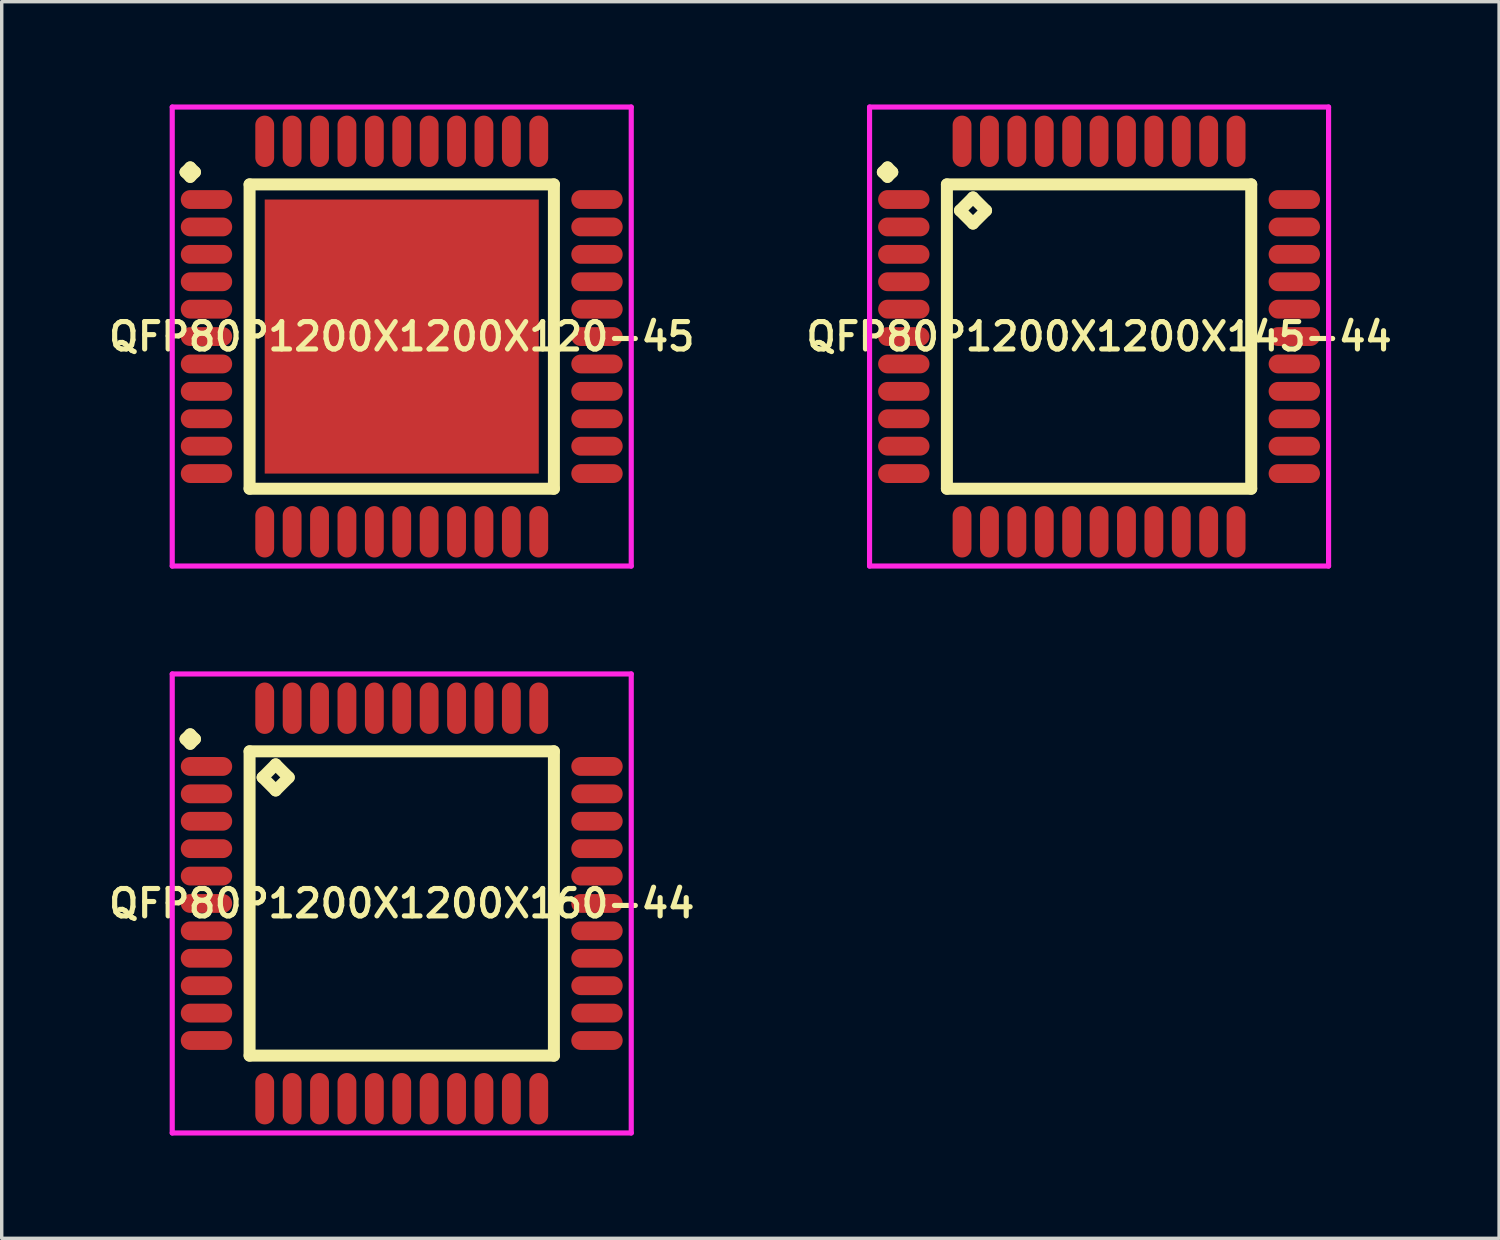
<source format=kicad_pcb>
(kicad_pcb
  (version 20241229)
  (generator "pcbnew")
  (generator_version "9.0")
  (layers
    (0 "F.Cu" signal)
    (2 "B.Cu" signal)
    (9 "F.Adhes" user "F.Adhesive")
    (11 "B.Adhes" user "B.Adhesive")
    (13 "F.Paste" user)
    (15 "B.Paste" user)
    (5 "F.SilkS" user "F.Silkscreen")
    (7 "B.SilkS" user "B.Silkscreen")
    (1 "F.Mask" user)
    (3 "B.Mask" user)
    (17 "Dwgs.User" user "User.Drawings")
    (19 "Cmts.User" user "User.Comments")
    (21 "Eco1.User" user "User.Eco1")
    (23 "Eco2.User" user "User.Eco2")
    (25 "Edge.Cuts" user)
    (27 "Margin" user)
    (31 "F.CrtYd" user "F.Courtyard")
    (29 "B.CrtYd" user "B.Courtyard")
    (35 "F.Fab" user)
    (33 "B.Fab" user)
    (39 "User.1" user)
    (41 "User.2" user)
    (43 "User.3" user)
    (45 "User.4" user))
  (footprint "QFP80P1200X1200X145-44"
    (layer "F.Cu")
    (at 29.035 6.775)
    (property "Reference" "QFP80P1200X1200X145-44" (at 0 0 0) (layer "F.SilkS") (effects (font (size 0.8 0.8) (thickness 0.15))))
    (attr smd)
    (fp_line (start -6.312 -4.8) (end -6.175 -4.938) (stroke (width 0.35) (type solid)) (layer "F.SilkS"))
    (fp_line (start -6.175 -4.938) (end -6.037 -4.8) (stroke (width 0.35) (type solid)) (layer "F.SilkS"))
    (fp_line (start -6.175 -4.662) (end -6.312 -4.8) (stroke (width 0.35) (type solid)) (layer "F.SilkS"))
    (fp_line (start -6.037 -4.8) (end -6.175 -4.662) (stroke (width 0.35) (type solid)) (layer "F.SilkS"))
    (fp_line (start -4.442 -4.442) (end -4.442 4.442) (stroke (width 0.35) (type solid)) (layer "F.SilkS"))
    (fp_line (start -4.442 4.442) (end 4.442 4.442) (stroke (width 0.35) (type solid)) (layer "F.SilkS"))
    (fp_line (start -4.061 -3.68) (end -3.68 -4.061) (stroke (width 0.35) (type solid)) (layer "F.SilkS"))
    (fp_line (start -3.68 -4.061) (end -3.299 -3.68) (stroke (width 0.35) (type solid)) (layer "F.SilkS"))
    (fp_line (start -3.68 -3.299) (end -4.061 -3.68) (stroke (width 0.35) (type solid)) (layer "F.SilkS"))
    (fp_line (start -3.299 -3.68) (end -3.68 -3.299) (stroke (width 0.35) (type solid)) (layer "F.SilkS"))
    (fp_line (start 4.442 -4.442) (end -4.442 -4.442) (stroke (width 0.35) (type solid)) (layer "F.SilkS"))
    (fp_line (start 4.442 4.442) (end 4.442 -4.442) (stroke (width 0.35) (type solid)) (layer "F.SilkS"))
    (fp_line (start -6.7 -6.7) (end 6.7 -6.7) (stroke (width 0.15) (type solid)) (layer "F.CrtYd"))
    (fp_line (start -6.7 6.7) (end -6.7 -6.7) (stroke (width 0.15) (type solid)) (layer "F.CrtYd"))
    (fp_line (start 6.7 -6.7) (end 6.7 6.7) (stroke (width 0.15) (type solid)) (layer "F.CrtYd"))
    (fp_line (start 6.7 6.7) (end -6.7 6.7) (stroke (width 0.15) (type solid)) (layer "F.CrtYd"))
    (pad "1" smd oval (at -5.7 -4) (size 1.5 0.55) (layers "F.Cu" "F.Mask" "F.Paste"))
    (pad "2" smd oval (at -5.7 -3.2) (size 1.5 0.55) (layers "F.Cu" "F.Mask" "F.Paste"))
    (pad "3" smd oval (at -5.7 -2.4) (size 1.5 0.55) (layers "F.Cu" "F.Mask" "F.Paste"))
    (pad "4" smd oval (at -5.7 -1.6) (size 1.5 0.55) (layers "F.Cu" "F.Mask" "F.Paste"))
    (pad "5" smd oval (at -5.7 -0.8) (size 1.5 0.55) (layers "F.Cu" "F.Mask" "F.Paste"))
    (pad "6" smd oval (at -5.7 0) (size 1.5 0.55) (layers "F.Cu" "F.Mask" "F.Paste"))
    (pad "7" smd oval (at -5.7 0.8) (size 1.5 0.55) (layers "F.Cu" "F.Mask" "F.Paste"))
    (pad "8" smd oval (at -5.7 1.6) (size 1.5 0.55) (layers "F.Cu" "F.Mask" "F.Paste"))
    (pad "9" smd oval (at -5.7 2.4) (size 1.5 0.55) (layers "F.Cu" "F.Mask" "F.Paste"))
    (pad "10" smd oval (at -5.7 3.2) (size 1.5 0.55) (layers "F.Cu" "F.Mask" "F.Paste"))
    (pad "11" smd oval (at -5.7 4) (size 1.5 0.55) (layers "F.Cu" "F.Mask" "F.Paste"))
    (pad "12" smd oval (at -4 5.7) (size 0.55 1.5) (layers "F.Cu" "F.Mask" "F.Paste"))
    (pad "13" smd oval (at -3.2 5.7) (size 0.55 1.5) (layers "F.Cu" "F.Mask" "F.Paste"))
    (pad "14" smd oval (at -2.4 5.7) (size 0.55 1.5) (layers "F.Cu" "F.Mask" "F.Paste"))
    (pad "15" smd oval (at -1.6 5.7) (size 0.55 1.5) (layers "F.Cu" "F.Mask" "F.Paste"))
    (pad "16" smd oval (at -0.8 5.7) (size 0.55 1.5) (layers "F.Cu" "F.Mask" "F.Paste"))
    (pad "17" smd oval (at 0 5.7) (size 0.55 1.5) (layers "F.Cu" "F.Mask" "F.Paste"))
    (pad "18" smd oval (at 0.8 5.7) (size 0.55 1.5) (layers "F.Cu" "F.Mask" "F.Paste"))
    (pad "19" smd oval (at 1.6 5.7) (size 0.55 1.5) (layers "F.Cu" "F.Mask" "F.Paste"))
    (pad "20" smd oval (at 2.4 5.7) (size 0.55 1.5) (layers "F.Cu" "F.Mask" "F.Paste"))
    (pad "21" smd oval (at 3.2 5.7) (size 0.55 1.5) (layers "F.Cu" "F.Mask" "F.Paste"))
    (pad "22" smd oval (at 4 5.7) (size 0.55 1.5) (layers "F.Cu" "F.Mask" "F.Paste"))
    (pad "23" smd oval (at 5.7 4) (size 1.5 0.55) (layers "F.Cu" "F.Mask" "F.Paste"))
    (pad "24" smd oval (at 5.7 3.2) (size 1.5 0.55) (layers "F.Cu" "F.Mask" "F.Paste"))
    (pad "25" smd oval (at 5.7 2.4) (size 1.5 0.55) (layers "F.Cu" "F.Mask" "F.Paste"))
    (pad "26" smd oval (at 5.7 1.6) (size 1.5 0.55) (layers "F.Cu" "F.Mask" "F.Paste"))
    (pad "27" smd oval (at 5.7 0.8) (size 1.5 0.55) (layers "F.Cu" "F.Mask" "F.Paste"))
    (pad "28" smd oval (at 5.7 0) (size 1.5 0.55) (layers "F.Cu" "F.Mask" "F.Paste"))
    (pad "29" smd oval (at 5.7 -0.8) (size 1.5 0.55) (layers "F.Cu" "F.Mask" "F.Paste"))
    (pad "30" smd oval (at 5.7 -1.6) (size 1.5 0.55) (layers "F.Cu" "F.Mask" "F.Paste"))
    (pad "31" smd oval (at 5.7 -2.4) (size 1.5 0.55) (layers "F.Cu" "F.Mask" "F.Paste"))
    (pad "32" smd oval (at 5.7 -3.2) (size 1.5 0.55) (layers "F.Cu" "F.Mask" "F.Paste"))
    (pad "33" smd oval (at 5.7 -4) (size 1.5 0.55) (layers "F.Cu" "F.Mask" "F.Paste"))
    (pad "34" smd oval (at 4 -5.7) (size 0.55 1.5) (layers "F.Cu" "F.Mask" "F.Paste"))
    (pad "35" smd oval (at 3.2 -5.7) (size 0.55 1.5) (layers "F.Cu" "F.Mask" "F.Paste"))
    (pad "36" smd oval (at 2.4 -5.7) (size 0.55 1.5) (layers "F.Cu" "F.Mask" "F.Paste"))
    (pad "37" smd oval (at 1.6 -5.7) (size 0.55 1.5) (layers "F.Cu" "F.Mask" "F.Paste"))
    (pad "38" smd oval (at 0.8 -5.7) (size 0.55 1.5) (layers "F.Cu" "F.Mask" "F.Paste"))
    (pad "39" smd oval (at 0 -5.7) (size 0.55 1.5) (layers "F.Cu" "F.Mask" "F.Paste"))
    (pad "40" smd oval (at -0.8 -5.7) (size 0.55 1.5) (layers "F.Cu" "F.Mask" "F.Paste"))
    (pad "41" smd oval (at -1.6 -5.7) (size 0.55 1.5) (layers "F.Cu" "F.Mask" "F.Paste"))
    (pad "42" smd oval (at -2.4 -5.7) (size 0.55 1.5) (layers "F.Cu" "F.Mask" "F.Paste"))
    (pad "43" smd oval (at -3.2 -5.7) (size 0.55 1.5) (layers "F.Cu" "F.Mask" "F.Paste"))
    (pad "44" smd oval (at -4 -5.7) (size 0.55 1.5) (layers "F.Cu" "F.Mask" "F.Paste")))
  (footprint "QFP80P1200X1200X120-45"
    (layer "F.Cu")
    (at 8.678 6.775)
    (property "Reference" "QFP80P1200X1200X120-45" (at 0 0 0) (layer "F.SilkS") (effects (font (size 0.8 0.8) (thickness 0.15))))
    (attr smd)
    (fp_line (start -6.312 -4.8) (end -6.175 -4.938) (stroke (width 0.35) (type solid)) (layer "F.SilkS"))
    (fp_line (start -6.175 -4.938) (end -6.037 -4.8) (stroke (width 0.35) (type solid)) (layer "F.SilkS"))
    (fp_line (start -6.175 -4.662) (end -6.312 -4.8) (stroke (width 0.35) (type solid)) (layer "F.SilkS"))
    (fp_line (start -6.037 -4.8) (end -6.175 -4.662) (stroke (width 0.35) (type solid)) (layer "F.SilkS"))
    (fp_line (start -4.442 -4.442) (end -4.442 4.442) (stroke (width 0.35) (type solid)) (layer "F.SilkS"))
    (fp_line (start -4.442 4.442) (end 4.442 4.442) (stroke (width 0.35) (type solid)) (layer "F.SilkS"))
    (fp_line (start 4.442 -4.442) (end -4.442 -4.442) (stroke (width 0.35) (type solid)) (layer "F.SilkS"))
    (fp_line (start 4.442 4.442) (end 4.442 -4.442) (stroke (width 0.35) (type solid)) (layer "F.SilkS"))
    (fp_line (start -6.7 -6.7) (end 6.7 -6.7) (stroke (width 0.15) (type solid)) (layer "F.CrtYd"))
    (fp_line (start -6.7 6.7) (end -6.7 -6.7) (stroke (width 0.15) (type solid)) (layer "F.CrtYd"))
    (fp_line (start 6.7 -6.7) (end 6.7 6.7) (stroke (width 0.15) (type solid)) (layer "F.CrtYd"))
    (fp_line (start 6.7 6.7) (end -6.7 6.7) (stroke (width 0.15) (type solid)) (layer "F.CrtYd"))
    (pad "1" smd oval (at -5.7 -4) (size 1.5 0.55) (layers "F.Cu" "F.Mask" "F.Paste"))
    (pad "2" smd oval (at -5.7 -3.2) (size 1.5 0.55) (layers "F.Cu" "F.Mask" "F.Paste"))
    (pad "3" smd oval (at -5.7 -2.4) (size 1.5 0.55) (layers "F.Cu" "F.Mask" "F.Paste"))
    (pad "4" smd oval (at -5.7 -1.6) (size 1.5 0.55) (layers "F.Cu" "F.Mask" "F.Paste"))
    (pad "5" smd oval (at -5.7 -0.8) (size 1.5 0.55) (layers "F.Cu" "F.Mask" "F.Paste"))
    (pad "6" smd oval (at -5.7 0) (size 1.5 0.55) (layers "F.Cu" "F.Mask" "F.Paste"))
    (pad "7" smd oval (at -5.7 0.8) (size 1.5 0.55) (layers "F.Cu" "F.Mask" "F.Paste"))
    (pad "8" smd oval (at -5.7 1.6) (size 1.5 0.55) (layers "F.Cu" "F.Mask" "F.Paste"))
    (pad "9" smd oval (at -5.7 2.4) (size 1.5 0.55) (layers "F.Cu" "F.Mask" "F.Paste"))
    (pad "10" smd oval (at -5.7 3.2) (size 1.5 0.55) (layers "F.Cu" "F.Mask" "F.Paste"))
    (pad "11" smd oval (at -5.7 4) (size 1.5 0.55) (layers "F.Cu" "F.Mask" "F.Paste"))
    (pad "12" smd oval (at -4 5.7) (size 0.55 1.5) (layers "F.Cu" "F.Mask" "F.Paste"))
    (pad "13" smd oval (at -3.2 5.7) (size 0.55 1.5) (layers "F.Cu" "F.Mask" "F.Paste"))
    (pad "14" smd oval (at -2.4 5.7) (size 0.55 1.5) (layers "F.Cu" "F.Mask" "F.Paste"))
    (pad "15" smd oval (at -1.6 5.7) (size 0.55 1.5) (layers "F.Cu" "F.Mask" "F.Paste"))
    (pad "16" smd oval (at -0.8 5.7) (size 0.55 1.5) (layers "F.Cu" "F.Mask" "F.Paste"))
    (pad "17" smd oval (at 0 5.7) (size 0.55 1.5) (layers "F.Cu" "F.Mask" "F.Paste"))
    (pad "18" smd oval (at 0.8 5.7) (size 0.55 1.5) (layers "F.Cu" "F.Mask" "F.Paste"))
    (pad "19" smd oval (at 1.6 5.7) (size 0.55 1.5) (layers "F.Cu" "F.Mask" "F.Paste"))
    (pad "20" smd oval (at 2.4 5.7) (size 0.55 1.5) (layers "F.Cu" "F.Mask" "F.Paste"))
    (pad "21" smd oval (at 3.2 5.7) (size 0.55 1.5) (layers "F.Cu" "F.Mask" "F.Paste"))
    (pad "22" smd oval (at 4 5.7) (size 0.55 1.5) (layers "F.Cu" "F.Mask" "F.Paste"))
    (pad "23" smd oval (at 5.7 4) (size 1.5 0.55) (layers "F.Cu" "F.Mask" "F.Paste"))
    (pad "24" smd oval (at 5.7 3.2) (size 1.5 0.55) (layers "F.Cu" "F.Mask" "F.Paste"))
    (pad "25" smd oval (at 5.7 2.4) (size 1.5 0.55) (layers "F.Cu" "F.Mask" "F.Paste"))
    (pad "26" smd oval (at 5.7 1.6) (size 1.5 0.55) (layers "F.Cu" "F.Mask" "F.Paste"))
    (pad "27" smd oval (at 5.7 0.8) (size 1.5 0.55) (layers "F.Cu" "F.Mask" "F.Paste"))
    (pad "28" smd oval (at 5.7 0) (size 1.5 0.55) (layers "F.Cu" "F.Mask" "F.Paste"))
    (pad "29" smd oval (at 5.7 -0.8) (size 1.5 0.55) (layers "F.Cu" "F.Mask" "F.Paste"))
    (pad "30" smd oval (at 5.7 -1.6) (size 1.5 0.55) (layers "F.Cu" "F.Mask" "F.Paste"))
    (pad "31" smd oval (at 5.7 -2.4) (size 1.5 0.55) (layers "F.Cu" "F.Mask" "F.Paste"))
    (pad "32" smd oval (at 5.7 -3.2) (size 1.5 0.55) (layers "F.Cu" "F.Mask" "F.Paste"))
    (pad "33" smd oval (at 5.7 -4) (size 1.5 0.55) (layers "F.Cu" "F.Mask" "F.Paste"))
    (pad "34" smd oval (at 4 -5.7) (size 0.55 1.5) (layers "F.Cu" "F.Mask" "F.Paste"))
    (pad "35" smd oval (at 3.2 -5.7) (size 0.55 1.5) (layers "F.Cu" "F.Mask" "F.Paste"))
    (pad "36" smd oval (at 2.4 -5.7) (size 0.55 1.5) (layers "F.Cu" "F.Mask" "F.Paste"))
    (pad "37" smd oval (at 1.6 -5.7) (size 0.55 1.5) (layers "F.Cu" "F.Mask" "F.Paste"))
    (pad "38" smd oval (at 0.8 -5.7) (size 0.55 1.5) (layers "F.Cu" "F.Mask" "F.Paste"))
    (pad "39" smd oval (at 0 -5.7) (size 0.55 1.5) (layers "F.Cu" "F.Mask" "F.Paste"))
    (pad "40" smd oval (at -0.8 -5.7) (size 0.55 1.5) (layers "F.Cu" "F.Mask" "F.Paste"))
    (pad "41" smd oval (at -1.6 -5.7) (size 0.55 1.5) (layers "F.Cu" "F.Mask" "F.Paste"))
    (pad "42" smd oval (at -2.4 -5.7) (size 0.55 1.5) (layers "F.Cu" "F.Mask" "F.Paste"))
    (pad "43" smd oval (at -3.2 -5.7) (size 0.55 1.5) (layers "F.Cu" "F.Mask" "F.Paste"))
    (pad "44" smd oval (at -4 -5.7) (size 0.55 1.5) (layers "F.Cu" "F.Mask" "F.Paste"))
    (pad "45" smd rect (at 0 0) (size 8 8) (layers "F.Cu" "F.Mask" "F.Paste")))
  (footprint "QFP80P1200X1200X160-44"
    (layer "F.Cu")
    (at 8.678 23.325)
    (property "Reference" "QFP80P1200X1200X160-44" (at 0 0 0) (layer "F.SilkS") (effects (font (size 0.8 0.8) (thickness 0.15))))
    (attr smd)
    (fp_line (start -6.312 -4.8) (end -6.175 -4.938) (stroke (width 0.35) (type solid)) (layer "F.SilkS"))
    (fp_line (start -6.175 -4.938) (end -6.037 -4.8) (stroke (width 0.35) (type solid)) (layer "F.SilkS"))
    (fp_line (start -6.175 -4.662) (end -6.312 -4.8) (stroke (width 0.35) (type solid)) (layer "F.SilkS"))
    (fp_line (start -6.037 -4.8) (end -6.175 -4.662) (stroke (width 0.35) (type solid)) (layer "F.SilkS"))
    (fp_line (start -4.442 -4.442) (end -4.442 4.442) (stroke (width 0.35) (type solid)) (layer "F.SilkS"))
    (fp_line (start -4.442 4.442) (end 4.442 4.442) (stroke (width 0.35) (type solid)) (layer "F.SilkS"))
    (fp_line (start -4.061 -3.68) (end -3.68 -4.061) (stroke (width 0.35) (type solid)) (layer "F.SilkS"))
    (fp_line (start -3.68 -4.061) (end -3.299 -3.68) (stroke (width 0.35) (type solid)) (layer "F.SilkS"))
    (fp_line (start -3.68 -3.299) (end -4.061 -3.68) (stroke (width 0.35) (type solid)) (layer "F.SilkS"))
    (fp_line (start -3.299 -3.68) (end -3.68 -3.299) (stroke (width 0.35) (type solid)) (layer "F.SilkS"))
    (fp_line (start 4.442 -4.442) (end -4.442 -4.442) (stroke (width 0.35) (type solid)) (layer "F.SilkS"))
    (fp_line (start 4.442 4.442) (end 4.442 -4.442) (stroke (width 0.35) (type solid)) (layer "F.SilkS"))
    (fp_line (start -6.7 -6.7) (end 6.7 -6.7) (stroke (width 0.15) (type solid)) (layer "F.CrtYd"))
    (fp_line (start -6.7 6.7) (end -6.7 -6.7) (stroke (width 0.15) (type solid)) (layer "F.CrtYd"))
    (fp_line (start 6.7 -6.7) (end 6.7 6.7) (stroke (width 0.15) (type solid)) (layer "F.CrtYd"))
    (fp_line (start 6.7 6.7) (end -6.7 6.7) (stroke (width 0.15) (type solid)) (layer "F.CrtYd"))
    (pad "1" smd oval (at -5.7 -4) (size 1.5 0.55) (layers "F.Cu" "F.Mask" "F.Paste"))
    (pad "2" smd oval (at -5.7 -3.2) (size 1.5 0.55) (layers "F.Cu" "F.Mask" "F.Paste"))
    (pad "3" smd oval (at -5.7 -2.4) (size 1.5 0.55) (layers "F.Cu" "F.Mask" "F.Paste"))
    (pad "4" smd oval (at -5.7 -1.6) (size 1.5 0.55) (layers "F.Cu" "F.Mask" "F.Paste"))
    (pad "5" smd oval (at -5.7 -0.8) (size 1.5 0.55) (layers "F.Cu" "F.Mask" "F.Paste"))
    (pad "6" smd oval (at -5.7 0) (size 1.5 0.55) (layers "F.Cu" "F.Mask" "F.Paste"))
    (pad "7" smd oval (at -5.7 0.8) (size 1.5 0.55) (layers "F.Cu" "F.Mask" "F.Paste"))
    (pad "8" smd oval (at -5.7 1.6) (size 1.5 0.55) (layers "F.Cu" "F.Mask" "F.Paste"))
    (pad "9" smd oval (at -5.7 2.4) (size 1.5 0.55) (layers "F.Cu" "F.Mask" "F.Paste"))
    (pad "10" smd oval (at -5.7 3.2) (size 1.5 0.55) (layers "F.Cu" "F.Mask" "F.Paste"))
    (pad "11" smd oval (at -5.7 4) (size 1.5 0.55) (layers "F.Cu" "F.Mask" "F.Paste"))
    (pad "12" smd oval (at -4 5.7) (size 0.55 1.5) (layers "F.Cu" "F.Mask" "F.Paste"))
    (pad "13" smd oval (at -3.2 5.7) (size 0.55 1.5) (layers "F.Cu" "F.Mask" "F.Paste"))
    (pad "14" smd oval (at -2.4 5.7) (size 0.55 1.5) (layers "F.Cu" "F.Mask" "F.Paste"))
    (pad "15" smd oval (at -1.6 5.7) (size 0.55 1.5) (layers "F.Cu" "F.Mask" "F.Paste"))
    (pad "16" smd oval (at -0.8 5.7) (size 0.55 1.5) (layers "F.Cu" "F.Mask" "F.Paste"))
    (pad "17" smd oval (at 0 5.7) (size 0.55 1.5) (layers "F.Cu" "F.Mask" "F.Paste"))
    (pad "18" smd oval (at 0.8 5.7) (size 0.55 1.5) (layers "F.Cu" "F.Mask" "F.Paste"))
    (pad "19" smd oval (at 1.6 5.7) (size 0.55 1.5) (layers "F.Cu" "F.Mask" "F.Paste"))
    (pad "20" smd oval (at 2.4 5.7) (size 0.55 1.5) (layers "F.Cu" "F.Mask" "F.Paste"))
    (pad "21" smd oval (at 3.2 5.7) (size 0.55 1.5) (layers "F.Cu" "F.Mask" "F.Paste"))
    (pad "22" smd oval (at 4 5.7) (size 0.55 1.5) (layers "F.Cu" "F.Mask" "F.Paste"))
    (pad "23" smd oval (at 5.7 4) (size 1.5 0.55) (layers "F.Cu" "F.Mask" "F.Paste"))
    (pad "24" smd oval (at 5.7 3.2) (size 1.5 0.55) (layers "F.Cu" "F.Mask" "F.Paste"))
    (pad "25" smd oval (at 5.7 2.4) (size 1.5 0.55) (layers "F.Cu" "F.Mask" "F.Paste"))
    (pad "26" smd oval (at 5.7 1.6) (size 1.5 0.55) (layers "F.Cu" "F.Mask" "F.Paste"))
    (pad "27" smd oval (at 5.7 0.8) (size 1.5 0.55) (layers "F.Cu" "F.Mask" "F.Paste"))
    (pad "28" smd oval (at 5.7 0) (size 1.5 0.55) (layers "F.Cu" "F.Mask" "F.Paste"))
    (pad "29" smd oval (at 5.7 -0.8) (size 1.5 0.55) (layers "F.Cu" "F.Mask" "F.Paste"))
    (pad "30" smd oval (at 5.7 -1.6) (size 1.5 0.55) (layers "F.Cu" "F.Mask" "F.Paste"))
    (pad "31" smd oval (at 5.7 -2.4) (size 1.5 0.55) (layers "F.Cu" "F.Mask" "F.Paste"))
    (pad "32" smd oval (at 5.7 -3.2) (size 1.5 0.55) (layers "F.Cu" "F.Mask" "F.Paste"))
    (pad "33" smd oval (at 5.7 -4) (size 1.5 0.55) (layers "F.Cu" "F.Mask" "F.Paste"))
    (pad "34" smd oval (at 4 -5.7) (size 0.55 1.5) (layers "F.Cu" "F.Mask" "F.Paste"))
    (pad "35" smd oval (at 3.2 -5.7) (size 0.55 1.5) (layers "F.Cu" "F.Mask" "F.Paste"))
    (pad "36" smd oval (at 2.4 -5.7) (size 0.55 1.5) (layers "F.Cu" "F.Mask" "F.Paste"))
    (pad "37" smd oval (at 1.6 -5.7) (size 0.55 1.5) (layers "F.Cu" "F.Mask" "F.Paste"))
    (pad "38" smd oval (at 0.8 -5.7) (size 0.55 1.5) (layers "F.Cu" "F.Mask" "F.Paste"))
    (pad "39" smd oval (at 0 -5.7) (size 0.55 1.5) (layers "F.Cu" "F.Mask" "F.Paste"))
    (pad "40" smd oval (at -0.8 -5.7) (size 0.55 1.5) (layers "F.Cu" "F.Mask" "F.Paste"))
    (pad "41" smd oval (at -1.6 -5.7) (size 0.55 1.5) (layers "F.Cu" "F.Mask" "F.Paste"))
    (pad "42" smd oval (at -2.4 -5.7) (size 0.55 1.5) (layers "F.Cu" "F.Mask" "F.Paste"))
    (pad "43" smd oval (at -3.2 -5.7) (size 0.55 1.5) (layers "F.Cu" "F.Mask" "F.Paste"))
    (pad "44" smd oval (at -4 -5.7) (size 0.55 1.5) (layers "F.Cu" "F.Mask" "F.Paste")))
  (gr_rect
    (start -3 -3)
    (end 40.713 33.1)
    (stroke (width 0.1) (type default))
    (fill no)
    (layer "Edge.Cuts")))
</source>
